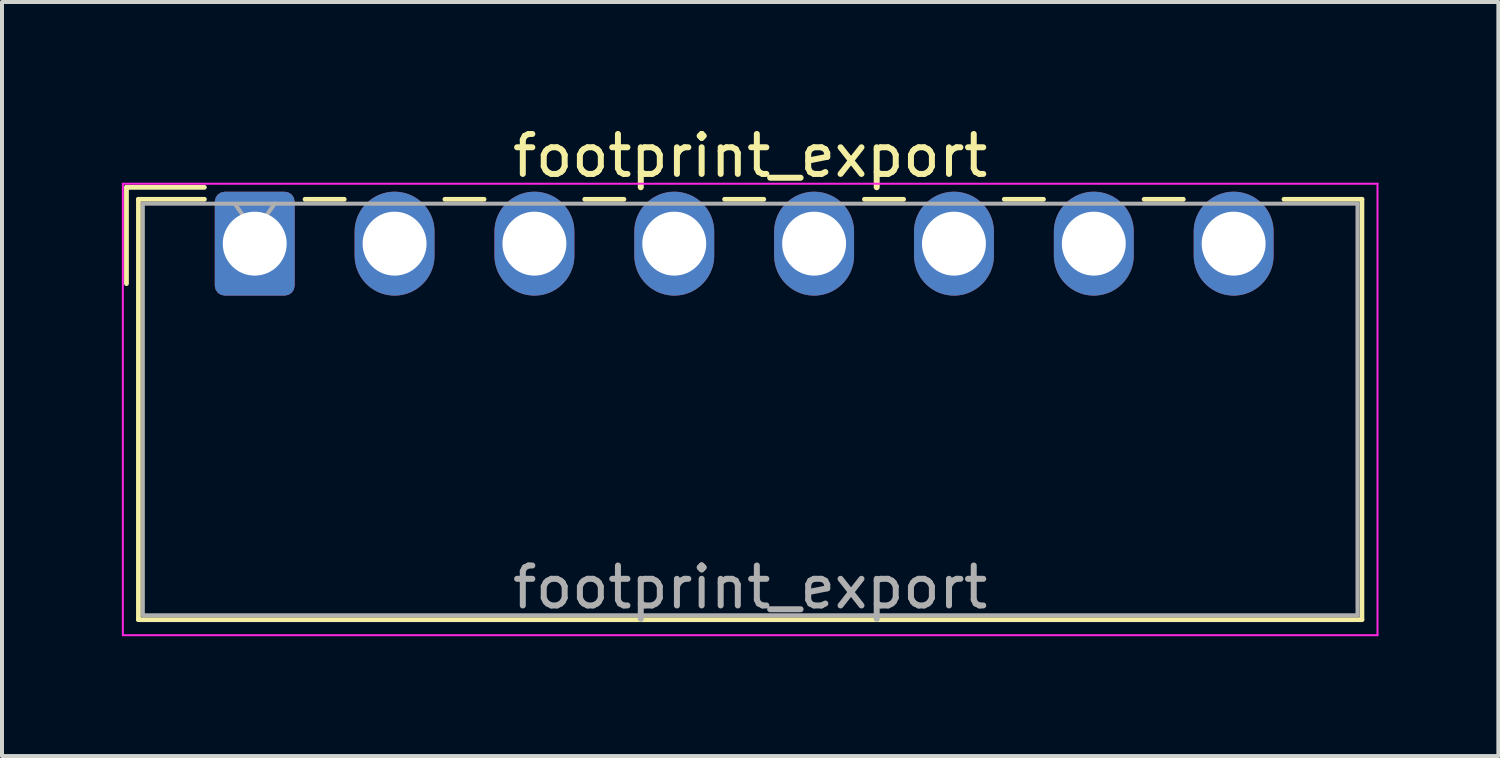
<source format=kicad_pcb>
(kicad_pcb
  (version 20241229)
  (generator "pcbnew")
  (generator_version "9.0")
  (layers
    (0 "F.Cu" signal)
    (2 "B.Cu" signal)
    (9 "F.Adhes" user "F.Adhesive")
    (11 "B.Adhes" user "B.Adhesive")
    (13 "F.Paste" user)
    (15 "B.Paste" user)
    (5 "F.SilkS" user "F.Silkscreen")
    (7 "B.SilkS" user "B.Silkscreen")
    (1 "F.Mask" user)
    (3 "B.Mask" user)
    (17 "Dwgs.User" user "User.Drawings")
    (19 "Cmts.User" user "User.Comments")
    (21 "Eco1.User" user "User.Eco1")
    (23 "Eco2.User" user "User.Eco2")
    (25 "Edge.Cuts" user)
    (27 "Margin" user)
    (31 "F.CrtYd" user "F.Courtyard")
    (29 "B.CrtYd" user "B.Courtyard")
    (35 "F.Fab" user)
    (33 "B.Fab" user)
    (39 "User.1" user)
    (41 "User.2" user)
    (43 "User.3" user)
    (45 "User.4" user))
  (footprint "footprint_export"
    (layer "F.Cu")
    (at 3.325 3.048)
    (property "Reference" "footprint_export" (at 12.4 -2.2 0) (layer "F.SilkS") (effects (font (size 1 1) (thickness 0.15))))
    (attr through_hole)
    (fp_line (start -3.21 -1.41) (end -1.26 -1.41) (stroke (width 0.12) (type solid)) (layer "F.SilkS"))
    (fp_line (start -3.21 1) (end -3.21 -1.41) (stroke (width 0.12) (type solid)) (layer "F.SilkS"))
    (fp_line (start -2.91 -1.11) (end -2.91 9.41) (stroke (width 0.12) (type solid)) (layer "F.SilkS"))
    (fp_line (start -2.91 9.41) (end 27.71 9.41) (stroke (width 0.12) (type solid)) (layer "F.SilkS"))
    (fp_line (start -1.26 -1.11) (end -2.91 -1.11) (stroke (width 0.12) (type solid)) (layer "F.SilkS"))
    (fp_line (start 1.26 -1.11) (end 2.24 -1.11) (stroke (width 0.12) (type solid)) (layer "F.SilkS"))
    (fp_line (start 4.76 -1.11) (end 5.74 -1.11) (stroke (width 0.12) (type solid)) (layer "F.SilkS"))
    (fp_line (start 8.26 -1.11) (end 9.24 -1.11) (stroke (width 0.12) (type solid)) (layer "F.SilkS"))
    (fp_line (start 11.76 -1.11) (end 12.74 -1.11) (stroke (width 0.12) (type solid)) (layer "F.SilkS"))
    (fp_line (start 15.26 -1.11) (end 16.24 -1.11) (stroke (width 0.12) (type solid)) (layer "F.SilkS"))
    (fp_line (start 18.76 -1.11) (end 19.74 -1.11) (stroke (width 0.12) (type solid)) (layer "F.SilkS"))
    (fp_line (start 22.26 -1.11) (end 23.24 -1.11) (stroke (width 0.12) (type solid)) (layer "F.SilkS"))
    (fp_line (start 27.71 -1.11) (end 25.76 -1.11) (stroke (width 0.12) (type solid)) (layer "F.SilkS"))
    (fp_line (start 27.71 9.41) (end 27.71 -1.11) (stroke (width 0.12) (type solid)) (layer "F.SilkS"))
    (fp_line (start -3.3 -1.5) (end -3.3 9.8) (stroke (width 0.05) (type solid)) (layer "F.CrtYd"))
    (fp_line (start -3.3 9.8) (end 28.1 9.8) (stroke (width 0.05) (type solid)) (layer "F.CrtYd"))
    (fp_line (start 28.1 -1.5) (end -3.3 -1.5) (stroke (width 0.05) (type solid)) (layer "F.CrtYd"))
    (fp_line (start 28.1 9.8) (end 28.1 -1.5) (stroke (width 0.05) (type solid)) (layer "F.CrtYd"))
    (fp_line (start -2.8 -1) (end -2.8 9.3) (stroke (width 0.1) (type solid)) (layer "F.Fab"))
    (fp_line (start -2.8 9.3) (end 27.6 9.3) (stroke (width 0.1) (type solid)) (layer "F.Fab"))
    (fp_line (start -0.5 -1) (end 0 -0.293) (stroke (width 0.1) (type solid)) (layer "F.Fab"))
    (fp_line (start 0 -0.293) (end 0.5 -1) (stroke (width 0.1) (type solid)) (layer "F.Fab"))
    (fp_line (start 27.6 -1) (end -2.8 -1) (stroke (width 0.1) (type solid)) (layer "F.Fab"))
    (fp_line (start 27.6 9.3) (end 27.6 -1) (stroke (width 0.1) (type solid)) (layer "F.Fab"))
    (fp_text user "${REFERENCE}" (at 12.4 8.6 0) (layer "F.Fab") (effects (font (size 1 1) (thickness 0.15))))
    (pad "1" thru_hole roundrect (at 0 0) (size 2 2.6) (drill 1.6) (layers "*.Cu" "*.Mask") (roundrect_rratio 0.125))
    (pad "2" thru_hole oval (at 3.5 0) (size 2 2.6) (drill 1.6) (layers "*.Cu" "*.Mask"))
    (pad "3" thru_hole oval (at 7 0) (size 2 2.6) (drill 1.6) (layers "*.Cu" "*.Mask"))
    (pad "4" thru_hole oval (at 10.5 0) (size 2 2.6) (drill 1.6) (layers "*.Cu" "*.Mask"))
    (pad "5" thru_hole oval (at 14 0) (size 2 2.6) (drill 1.6) (layers "*.Cu" "*.Mask"))
    (pad "6" thru_hole oval (at 17.5 0) (size 2 2.6) (drill 1.6) (layers "*.Cu" "*.Mask"))
    (pad "7" thru_hole oval (at 21 0) (size 2 2.6) (drill 1.6) (layers "*.Cu" "*.Mask"))
    (pad "8" thru_hole oval (at 24.5 0) (size 2 2.6) (drill 1.6) (layers "*.Cu" "*.Mask")))
  (gr_rect
    (start -3 -3)
    (end 34.45 15.873)
    (stroke (width 0.1) (type default))
    (fill no)
    (layer "Edge.Cuts")))
</source>
